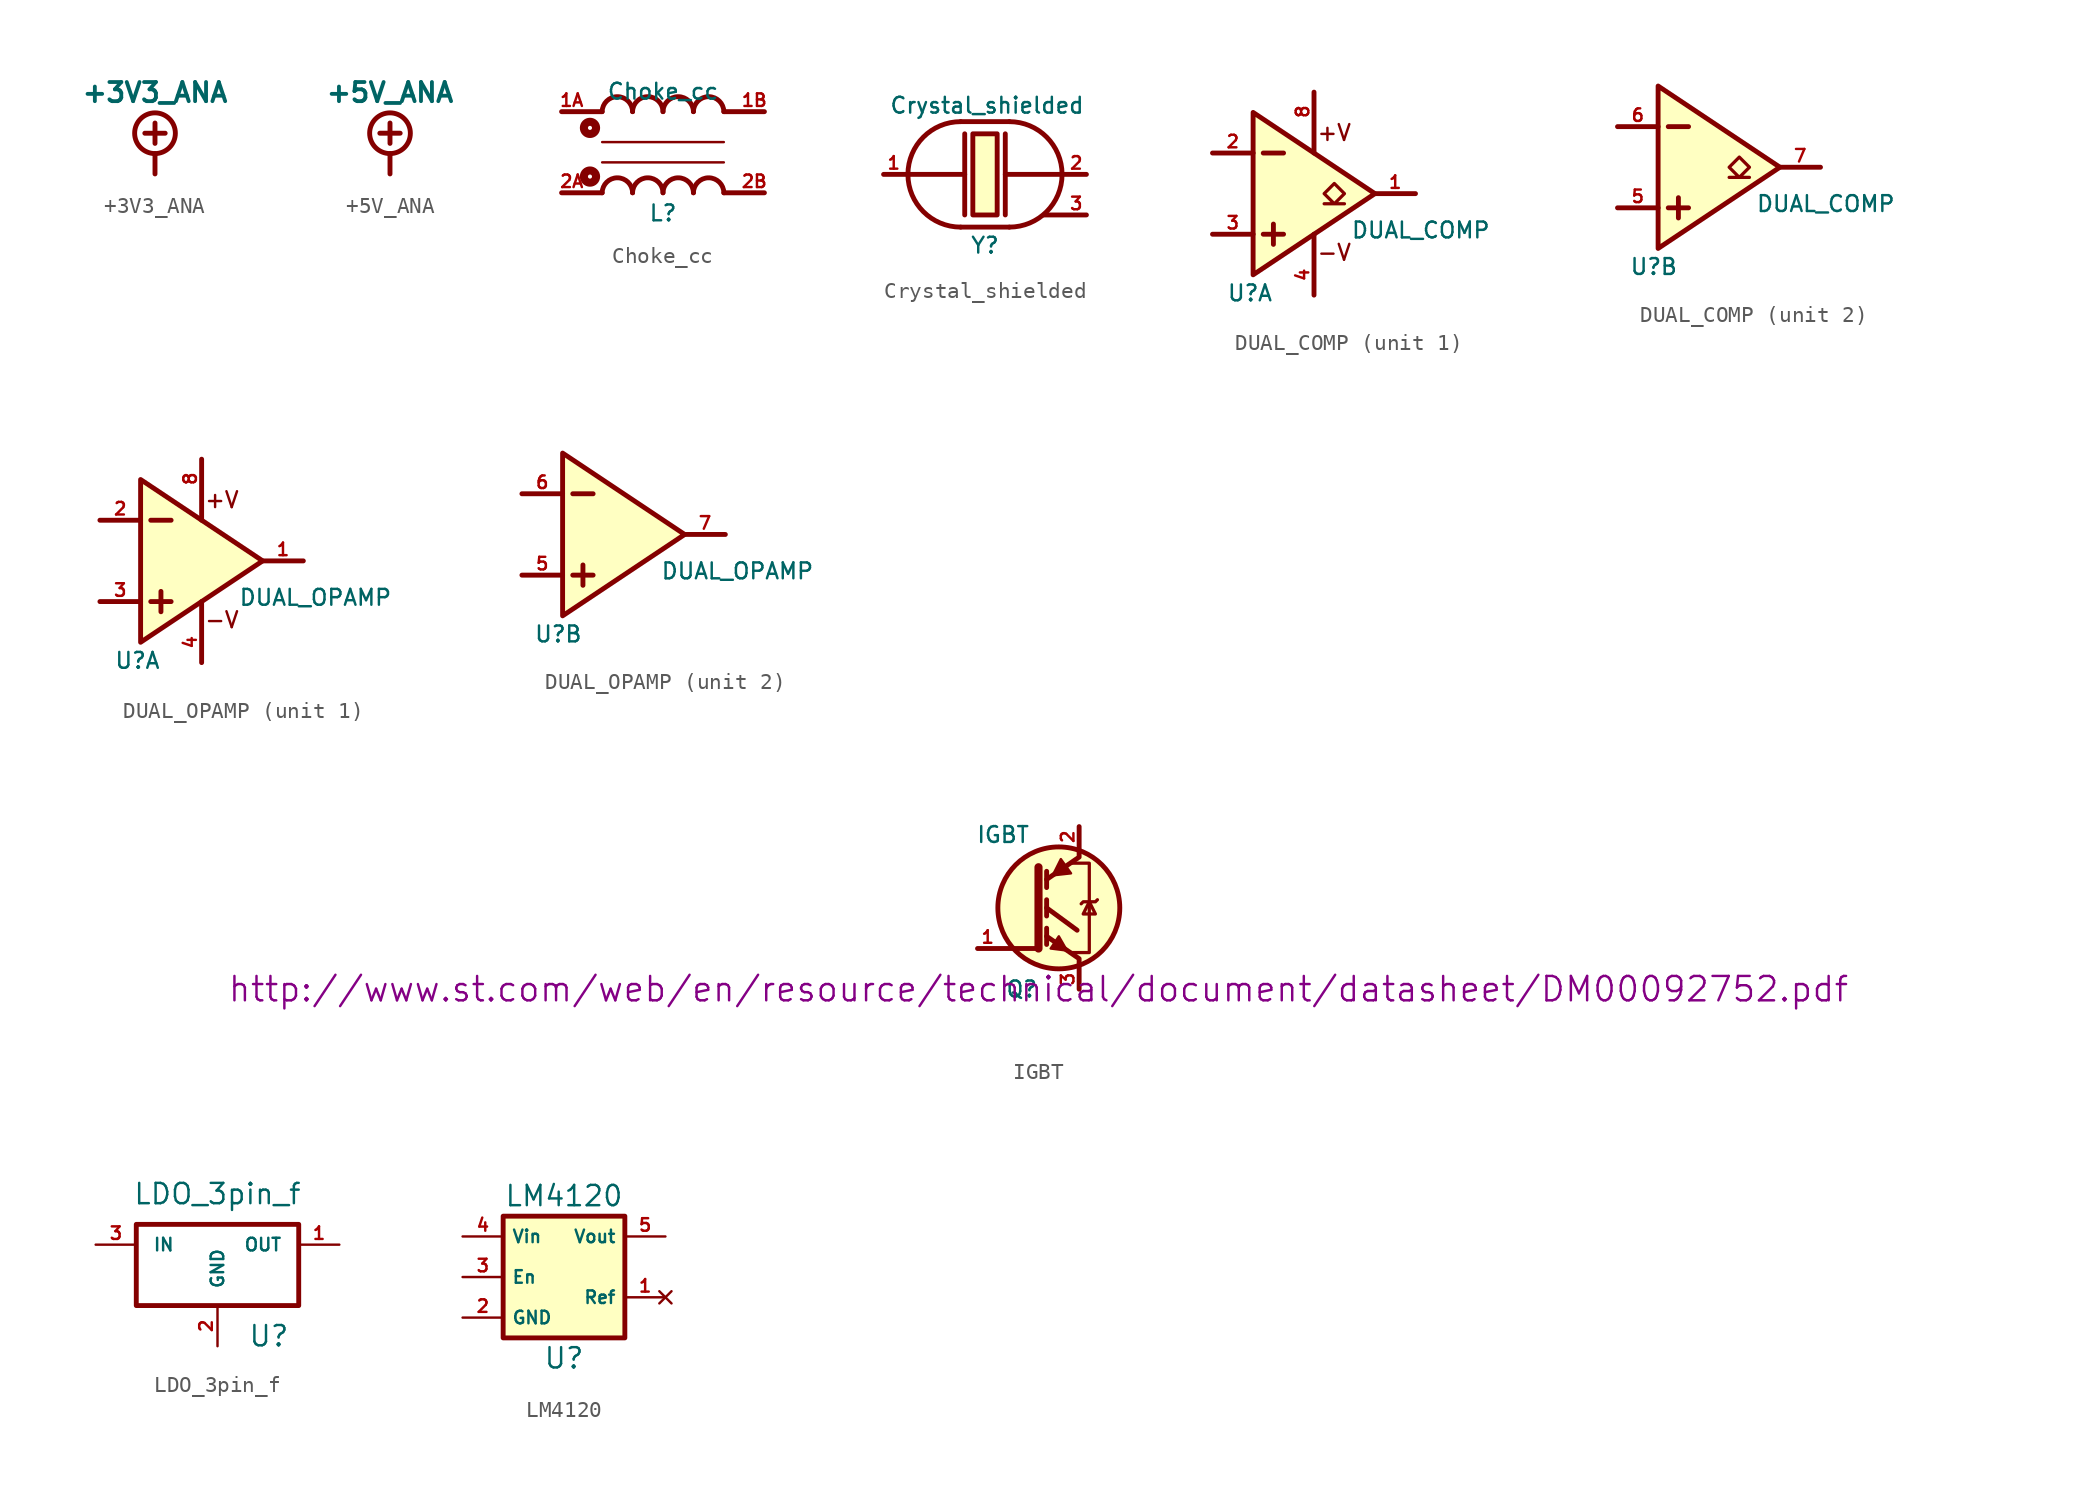
<source format=kicad_sym>
(kicad_symbol_lib
  (version 20220914)
  (generator kicad_symbol_editor)
  (symbol "+3V3_ANA"
    (power)
    (pin_names
      (offset 0))
    (property "Reference" "#PWR"
      (at 0 6.985 0)
      (effects (font (size 1.524 1.524)) hide))
    (property "Value" "+3V3_ANA"
      (at 0 5.08 0)
      (effects (font (size 1.194 1.194) bold)))
    (property "Footprint" ""
      (at 0 0 0)
      (effects (font (size 1.524 1.524))))
    (property "Datasheet" ""
      (at 0 0 0)
      (effects (font (size 1.524 1.524))))
    (symbol "+3V3_ANA_1_0"
      (polyline (pts (xy -0.635 2.54) (xy 0.635 2.54)) (stroke (width 0.305) (type default)) (fill (type none)))
      (polyline (pts (xy 0 1.27) (xy 0 0)) (stroke (width 0.305) (type default)) (fill (type none)))
      (polyline (pts (xy 0 3.175) (xy 0 1.905)) (stroke (width 0.305) (type default)) (fill (type none)))
      (circle (center 0 2.54) (radius 1.27) (stroke (width 0.305) (type default)) (fill (type none)))
      (pin power_in line (at 0 0 90) (length 0) hide (name "+3V3" (effects (font (size 1.27 1.27)))) (number "1" (effects (font (size 1.27 1.27)))))))
  (symbol "+5V_ANA"
    (power)
    (pin_names
      (offset 0))
    (property "Reference" "#PWR"
      (at 0 6.985 0)
      (effects (font (size 1.524 1.524)) hide))
    (property "Value" "+5V_ANA"
      (at 0 5.08 0)
      (effects (font (size 1.194 1.194) bold)))
    (property "Footprint" ""
      (at 0 0 0)
      (effects (font (size 1.524 1.524))))
    (property "Datasheet" ""
      (at 0 0 0)
      (effects (font (size 1.524 1.524))))
    (symbol "+5V_ANA_1_0"
      (polyline (pts (xy -0.635 2.54) (xy 0.635 2.54)) (stroke (width 0.305) (type default)) (fill (type none)))
      (polyline (pts (xy 0 1.27) (xy 0 0)) (stroke (width 0.305) (type default)) (fill (type none)))
      (polyline (pts (xy 0 3.175) (xy 0 1.905)) (stroke (width 0.305) (type default)) (fill (type none)))
      (circle (center 0 2.54) (radius 1.27) (stroke (width 0.305) (type default)) (fill (type none)))
      (pin power_in line (at 0 0 90) (length 0) hide (name "+5V_ANA" (effects (font (size 1.27 1.27)))) (number "1" (effects (font (size 1.27 1.27)))))))
  (symbol "Choke_cc"
    (pin_names
      (offset 1.016) hide)
    (property "Reference" "L"
      (at 0 -3.81 0)
      (effects (font (size 0.991 0.991))))
    (property "Value" "Choke_cc"
      (at 0 3.81 0)
      (effects (font (size 0.991 0.991))))
    (property "Footprint" ""
      (at 0 3.937 0)
      (effects (font (size 0.889 0.889))))
    (property "Datasheet" ""
      (at 0 -2.54 0)
      (effects (font (size 1.524 1.524))))
    (symbol "Choke_cc_0_0"
      (circle (center -4.572 -1.524) (radius 0.127) (stroke (width 0.508) (type default)) (fill (type none)))
      (circle (center -4.572 1.524) (radius 0.127) (stroke (width 0.508) (type default)) (fill (type none)))
      (arc (start -1.905 -2.54) (mid -2.8448 -1.6002) (end -3.81 -2.54) (stroke (width 0.3048) (type default)) (fill (type none)))
      (arc (start -1.905 2.54) (mid -2.8575 3.4799) (end -3.81 2.54) (stroke (width 0.3048) (type default)) (fill (type none)))
      (arc (start 0 -2.54) (mid -0.9398 -1.6002) (end -1.905 -2.54) (stroke (width 0.3048) (type default)) (fill (type none)))
      (polyline (pts (xy -3.81 -2.54) (xy -6.35 -2.54)) (stroke (width 0.305) (type default)) (fill (type none)))
      (polyline (pts (xy -3.81 2.54) (xy -6.35 2.54)) (stroke (width 0.305) (type default)) (fill (type none)))
      (polyline (pts (xy 6.35 -2.54) (xy 3.81 -2.54)) (stroke (width 0.305) (type default)) (fill (type none)))
      (polyline (pts (xy 6.35 2.54) (xy 3.81 2.54)) (stroke (width 0.305) (type default)) (fill (type none)))
      (arc (start 0 2.54) (mid -0.9525 3.4799) (end -1.905 2.54) (stroke (width 0.3048) (type default)) (fill (type none)))
      (arc (start 1.905 -2.54) (mid 0.9652 -1.6002) (end 0 -2.54) (stroke (width 0.3048) (type default)) (fill (type none)))
      (arc (start 1.905 2.54) (mid 0.9525 3.4799) (end 0 2.54) (stroke (width 0.3048) (type default)) (fill (type none)))
      (arc (start 3.81 -2.54) (mid 2.8702 -1.6002) (end 1.905 -2.54) (stroke (width 0.3048) (type default)) (fill (type none)))
      (arc (start 3.81 2.54) (mid 2.8575 3.4799) (end 1.905 2.54) (stroke (width 0.3048) (type default)) (fill (type none))))
    (symbol "Choke_cc_0_1"
      (polyline (pts (xy -3.81 -0.635) (xy 3.81 -0.635)) (stroke (width 0) (type default)) (fill (type none)))
      (polyline (pts (xy -3.81 0.635) (xy 3.81 0.635)) (stroke (width 0) (type default)) (fill (type none))))
    (symbol "Choke_cc_1_1"
      (pin passive line (at -6.35 2.54 0) (length 1.27) (name "1A" (effects (font (size 1.27 1.27)))) (number "1A" (effects (font (size 0.787 0.787)))))
      (pin passive line (at 6.35 2.54 180) (length 1.27) (name "1B" (effects (font (size 0.991 0.991)))) (number "1B" (effects (font (size 0.787 0.787)))))
      (pin passive line (at -6.35 -2.54 0) (length 1.27) (name "2A" (effects (font (size 0.991 0.991)))) (number "2A" (effects (font (size 0.787 0.787)))))
      (pin passive line (at 6.35 -2.54 180) (length 1.27) (name "2B" (effects (font (size 1.27 1.27)))) (number "2B" (effects (font (size 0.787 0.787)))))))
  (symbol "Crystal_shielded"
    (pin_names
      (offset 1.016) hide)
    (property "Reference" "Y"
      (at 0 -4.445 0)
      (effects (font (size 0.991 0.991))))
    (property "Value" "Crystal_shielded"
      (at 0.127 4.318 0)
      (effects (font (size 0.991 0.991))))
    (property "Footprint" ""
      (at 0 5.588 0)
      (effects (font (size 0.991 0.991))))
    (property "Datasheet" ""
      (at 0 0 0)
      (effects (font (size 1.524 1.524))))
    (symbol "Crystal_shielded_0_1"
      (arc (start -1.524 3.302) (mid -4.8116 0) (end -1.524 -3.302) (stroke (width 0.3048) (type default)) (fill (type none)))
      (rectangle (start -0.762 2.54) (end 0.762 -2.54) (stroke (width 0.305) (type default)) (fill (type background)))
      (polyline (pts (xy -6.35 0) (xy -1.27 0)) (stroke (width 0.305) (type default)) (fill (type none)))
      (polyline (pts (xy -1.524 -3.302) (xy 1.524 -3.302)) (stroke (width 0.305) (type default)) (fill (type none)))
      (polyline (pts (xy -1.27 2.54) (xy -1.27 -2.54)) (stroke (width 0.305) (type default)) (fill (type none)))
      (polyline (pts (xy 1.27 2.54) (xy 1.27 -2.54)) (stroke (width 0.305) (type default)) (fill (type none)))
      (polyline (pts (xy 6.35 -2.54) (xy 3.683 -2.54)) (stroke (width 0.305) (type default)) (fill (type none)))
      (polyline (pts (xy 6.35 0) (xy 1.27 0)) (stroke (width 0.305) (type default)) (fill (type none)))
      (polyline (pts (xy -1.524 3.302) (xy 0 3.302) (xy 1.524 3.302)) (stroke (width 0.305) (type default)) (fill (type none)))
      (arc (start 1.524 -3.302) (mid 4.8116 0) (end 1.524 3.302) (stroke (width 0.3048) (type default)) (fill (type none))))
    (symbol "Crystal_shielded_1_1"
      (pin passive line (at -6.35 0 0) (length 1.27) (name "1" (effects (font (size 0.787 0.787)))) (number "1" (effects (font (size 0.787 0.787)))))
      (pin passive line (at 6.35 0 180) (length 1.27) (name "2" (effects (font (size 0.787 0.787)))) (number "2" (effects (font (size 0.787 0.787)))))
      (pin passive line (at 6.35 -2.54 180) (length 1.27) (name "3" (effects (font (size 0.787 0.787)))) (number "3" (effects (font (size 0.787 0.787)))))))
  (symbol "DUAL_COMP"
    (pin_names
      (offset 1.016) hide)
    (property "Reference" "U"
      (at -1.27 -6.223 0)
      (effects (font (size 0.991 0.991)) (justify right)))
    (property "Value" "DUAL_COMP"
      (at 3.556 -2.286 0)
      (effects (font (size 0.991 0.991)) (justify left)))
    (property "Footprint" ""
      (at -1.27 0 0)
      (effects (font (size 1.524 1.524))))
    (property "Datasheet" ""
      (at -1.27 0 0)
      (effects (font (size 1.524 1.524))))
    (property "ki_locked" ""
      (at 0 0 0)
      (effects (font (size 1.27 1.27))))
    (symbol "DUAL_COMP_0_0"
      (polyline (pts (xy -2.54 -2.54) (xy -5.08 -2.54)) (stroke (width 0.305) (type default)) (fill (type none)))
      (polyline (pts (xy -2.54 2.54) (xy -5.08 2.54)) (stroke (width 0.305) (type default)) (fill (type none)))
      (polyline (pts (xy -1.905 -2.54) (xy -0.635 -2.54)) (stroke (width 0.305) (type default)) (fill (type none)))
      (polyline (pts (xy -1.905 2.54) (xy -0.635 2.54)) (stroke (width 0.305) (type default)) (fill (type none)))
      (polyline (pts (xy -1.27 -1.905) (xy -1.27 -3.175)) (stroke (width 0.305) (type default)) (fill (type none)))
      (polyline (pts (xy 7.62 0) (xy 5.08 0)) (stroke (width 0.305) (type default)) (fill (type outline)))
      (polyline (pts (xy 5.08 0) (xy -2.54 5.08) (xy -2.54 -5.08) (xy 5.08 0)) (stroke (width 0.305) (type default)) (fill (type background)))
      (polyline (pts (xy 3.175 -0.635) (xy 2.54 -0.635) (xy 3.175 0) (xy 2.54 0.635) (xy 1.905 0) (xy 2.54 -0.635) (xy 1.905 -0.635)) (stroke (width 0.203) (type default)) (fill (type none))))
    (symbol "DUAL_COMP_1_0"
      (polyline (pts (xy 1.27 -2.54) (xy 1.27 -6.35)) (stroke (width 0.305) (type default)) (fill (type none)))
      (polyline (pts (xy 1.27 2.54) (xy 1.27 6.35)) (stroke (width 0.305) (type default)) (fill (type none)))
      (text "+V" (at 1.397 3.81 0) (effects (font (size 0.991 0.991)) (justify left)))
      (text "-V" (at 1.397 -3.683 0) (effects (font (size 0.991 0.991)) (justify left)))
      (pin open_collector line (at 7.62 0 180) (length 2.54) (name "1" (effects (font (size 0.787 0.787)))) (number "1" (effects (font (size 0.787 0.787)))))
      (pin input line (at -5.08 2.54 0) (length 2.54) (name "2" (effects (font (size 0.787 0.787)))) (number "2" (effects (font (size 0.787 0.787)))))
      (pin input line (at -5.08 -2.54 0) (length 2.54) (name "3" (effects (font (size 0.787 0.787)))) (number "3" (effects (font (size 0.787 0.787)))))
      (pin power_in line (at 1.27 -6.35 90) (length 2.54) (name "4" (effects (font (size 0.787 0.787)))) (number "4" (effects (font (size 0.787 0.787)))))
      (pin power_in line (at 1.27 6.35 270) (length 2.438) (name "8" (effects (font (size 0.787 0.787)))) (number "8" (effects (font (size 0.787 0.787))))))
    (symbol "DUAL_COMP_2_0"
      (pin input line (at -5.08 -2.54 0) (length 2.54) (name "5" (effects (font (size 0.787 0.787)))) (number "5" (effects (font (size 0.787 0.787)))))
      (pin input line (at -5.08 2.54 0) (length 2.54) (name "6" (effects (font (size 0.787 0.787)))) (number "6" (effects (font (size 0.787 0.787)))))
      (pin open_collector line (at 7.62 0 180) (length 2.54) (name "7" (effects (font (size 0.787 0.787)))) (number "7" (effects (font (size 0.787 0.787)))))))
  (symbol "DUAL_OPAMP"
    (pin_names
      (offset 1.016) hide)
    (property "Reference" "U"
      (at -1.27 -6.223 0)
      (effects (font (size 0.991 0.991)) (justify right)))
    (property "Value" "DUAL_OPAMP"
      (at 3.556 -2.286 0)
      (effects (font (size 0.991 0.991)) (justify left)))
    (property "Footprint" ""
      (at -1.27 0 0)
      (effects (font (size 1.524 1.524))))
    (property "Datasheet" ""
      (at -1.27 0 0)
      (effects (font (size 1.524 1.524))))
    (property "ki_locked" ""
      (at 0 0 0)
      (effects (font (size 1.27 1.27))))
    (symbol "DUAL_OPAMP_0_0"
      (polyline (pts (xy -2.54 -2.54) (xy -5.08 -2.54)) (stroke (width 0.305) (type default)) (fill (type none)))
      (polyline (pts (xy -2.54 2.54) (xy -5.08 2.54)) (stroke (width 0.305) (type default)) (fill (type none)))
      (polyline (pts (xy -1.905 -2.54) (xy -0.635 -2.54)) (stroke (width 0.305) (type default)) (fill (type none)))
      (polyline (pts (xy -1.905 2.54) (xy -0.635 2.54)) (stroke (width 0.305) (type default)) (fill (type none)))
      (polyline (pts (xy -1.27 -1.905) (xy -1.27 -3.175)) (stroke (width 0.305) (type default)) (fill (type none)))
      (polyline (pts (xy 7.62 0) (xy 5.08 0)) (stroke (width 0.305) (type default)) (fill (type outline)))
      (polyline (pts (xy 5.08 0) (xy -2.54 5.08) (xy -2.54 -5.08) (xy 5.08 0)) (stroke (width 0.305) (type default)) (fill (type background))))
    (symbol "DUAL_OPAMP_1_0"
      (polyline (pts (xy 1.27 -2.54) (xy 1.27 -6.35)) (stroke (width 0.305) (type default)) (fill (type none)))
      (polyline (pts (xy 1.27 2.54) (xy 1.27 6.35)) (stroke (width 0.305) (type default)) (fill (type none)))
      (text "+V" (at 1.397 3.81 0) (effects (font (size 0.991 0.991)) (justify left)))
      (text "-V" (at 1.397 -3.683 0) (effects (font (size 0.991 0.991)) (justify left)))
      (pin output line (at 7.62 0 180) (length 2.54) (name "1" (effects (font (size 0.787 0.787)))) (number "1" (effects (font (size 0.787 0.787)))))
      (pin input line (at -5.08 2.54 0) (length 2.54) (name "2" (effects (font (size 0.787 0.787)))) (number "2" (effects (font (size 0.787 0.787)))))
      (pin input line (at -5.08 -2.54 0) (length 2.54) (name "3" (effects (font (size 0.787 0.787)))) (number "3" (effects (font (size 0.787 0.787)))))
      (pin power_in line (at 1.27 -6.35 90) (length 2.54) (name "4" (effects (font (size 0.787 0.787)))) (number "4" (effects (font (size 0.787 0.787)))))
      (pin power_in line (at 1.27 6.35 270) (length 2.438) (name "8" (effects (font (size 0.787 0.787)))) (number "8" (effects (font (size 0.787 0.787))))))
    (symbol "DUAL_OPAMP_2_0"
      (pin input line (at -5.08 -2.54 0) (length 2.54) (name "5" (effects (font (size 0.787 0.787)))) (number "5" (effects (font (size 0.787 0.787)))))
      (pin input line (at -5.08 2.54 0) (length 2.54) (name "6" (effects (font (size 0.787 0.787)))) (number "6" (effects (font (size 0.787 0.787)))))
      (pin output line (at 7.62 0 180) (length 2.54) (name "7" (effects (font (size 0.787 0.787)))) (number "7" (effects (font (size 0.787 0.787)))))))
  (symbol "IGBT"
    (pin_names
      (offset 1.016) hide)
    (property "Reference" "Q"
      (at 0 -5.08 0)
      (effects (font (size 0.991 0.991)) (justify right)))
    (property "Value" "IGBT"
      (at -0.508 4.572 0)
      (effects (font (size 0.991 0.991)) (justify right)))
    (property "Footprint" ""
      (at -2.54 -7.62 0)
      (effects (font (size 1.524 1.524))))
    (property "Datasheet" "http://www.st.com/web/en/resource/technical/document/datasheet/DM00092752.pdf"
      (at 0 -5.08 0)
      (effects (font (size 1.524 1.524))))
    (symbol "IGBT_0_0"
      (polyline (pts (xy 0 -2.54) (xy -3.81 -2.54)) (stroke (width 0.305) (type default)) (fill (type none)))
      (polyline (pts (xy 0 2.54) (xy 0 -2.54)) (stroke (width 0.508) (type default)) (fill (type none)))
      (polyline (pts (xy 0.508 -1.27) (xy 0.508 -2.286)) (stroke (width 0.305) (type default)) (fill (type none)))
      (polyline (pts (xy 0.508 0.508) (xy 0.508 -0.508)) (stroke (width 0.305) (type default)) (fill (type none)))
      (polyline (pts (xy 0.508 2.286) (xy 0.508 1.27)) (stroke (width 0.305) (type default)) (fill (type none)))
      (polyline (pts (xy 2.413 -1.397) (xy 0.508 0)) (stroke (width 0.305) (type default)) (fill (type none)))
      (polyline (pts (xy 0.508 -1.778) (xy 2.54 -3.175) (xy 2.54 -5.08)) (stroke (width 0.305) (type default)) (fill (type none)))
      (polyline (pts (xy 0.508 1.778) (xy 2.54 3.175) (xy 2.54 5.08)) (stroke (width 0.305) (type default)) (fill (type none)))
      (polyline (pts (xy 2.032 -2.794) (xy 3.175 -2.794) (xy 3.175 2.794) (xy 2.032 2.794)) (stroke (width 0.203) (type default)) (fill (type none)))
      (polyline (pts (xy 3.175 0.381) (xy 2.794 -0.381) (xy 3.556 -0.381) (xy 3.175 0.381)) (stroke (width 0.203) (type default)) (fill (type none)))
      (polyline (pts (xy 3.683 0.508) (xy 3.556 0.381) (xy 2.794 0.381) (xy 2.667 0.254)) (stroke (width 0.203) (type default)) (fill (type none)))
      (circle (center 1.27 0) (radius 3.81) (stroke (width 0.305) (type default)) (fill (type background)))
      (pin input line (at -3.81 -2.54 0) (length 1.27) (name "G" (effects (font (size 0.787 0.787)))) (number "1" (effects (font (size 0.787 0.787))))))
    (symbol "IGBT_0_1"
      (polyline (pts (xy 1.397 3.048) (xy 0.889 2.032) (xy 2.032 2.159) (xy 1.397 3.048)) (stroke (width 0) (type default)) (fill (type outline)))
      (polyline (pts (xy 1.778 -2.667) (xy 0.762 -2.54) (xy 1.27 -1.778) (xy 1.778 -2.667)) (stroke (width 0) (type default)) (fill (type outline))))
    (symbol "IGBT_1_0"
      (pin passive line (at 2.54 5.08 270) (length 1.27) (name "C" (effects (font (size 0.787 0.787)))) (number "2" (effects (font (size 0.787 0.787)))))
      (pin passive line (at 2.54 -5.08 90) (length 1.27) (name "E" (effects (font (size 0.787 0.787)))) (number "3" (effects (font (size 0.787 0.787)))))))
  (symbol "LDO_3pin_f"
    (pin_names
      (offset 1.016))
    (property "Reference" "U"
      (at 1.905 -4.445 0)
      (effects (font (size 1.27 1.27)) (justify left)))
    (property "Value" "LDO_3pin_f"
      (at 0 4.445 0)
      (effects (font (size 1.27 1.27))))
    (symbol "LDO_3pin_f_0_1"
      (rectangle (start -5.08 2.54) (end 5.08 -2.54) (stroke (width 0.305) (type default)) (fill (type none))))
    (symbol "LDO_3pin_f_1_1"
      (pin power_out line (at 7.62 1.27 180) (length 2.54) (name "OUT" (effects (font (size 0.787 0.787)))) (number "1" (effects (font (size 0.787 0.787)))))
      (pin power_in line (at 0 -5.08 90) (length 2.54) (name "GND" (effects (font (size 0.787 0.787)))) (number "2" (effects (font (size 0.787 0.787)))))
      (pin power_in line (at -7.62 1.27 0) (length 2.54) (name "IN" (effects (font (size 0.787 0.787)))) (number "3" (effects (font (size 0.787 0.787)))))))
  (symbol "LM4120"
    (property "Reference" "U"
      (at 0 -5.08 0)
      (effects (font (size 1.27 1.27))))
    (property "Value" "LM4120"
      (at 0 5.08 0)
      (effects (font (size 1.27 1.27))))
    (symbol "LM4120_0_1"
      (rectangle (start -3.81 3.81) (end 3.81 -3.81) (stroke (width 0.305) (type default)) (fill (type background))))
    (symbol "LM4120_1_1"
      (pin no_connect line (at 6.35 -1.27 180) (length 2.54) (name "Ref" (effects (font (size 0.787 0.787)))) (number "1" (effects (font (size 0.787 0.787)))))
      (pin power_in line (at -6.35 -2.54 0) (length 2.54) (name "GND" (effects (font (size 0.787 0.787)))) (number "2" (effects (font (size 0.787 0.787)))))
      (pin input line (at -6.35 0 0) (length 2.54) (name "En" (effects (font (size 0.787 0.787)))) (number "3" (effects (font (size 0.787 0.787)))))
      (pin power_in line (at -6.35 2.54 0) (length 2.54) (name "Vin" (effects (font (size 0.787 0.787)))) (number "4" (effects (font (size 0.787 0.787)))))
      (pin power_out line (at 6.35 2.54 180) (length 2.54) (name "Vout" (effects (font (size 0.787 0.787)))) (number "5" (effects (font (size 0.787 0.787))))))))
</source>
